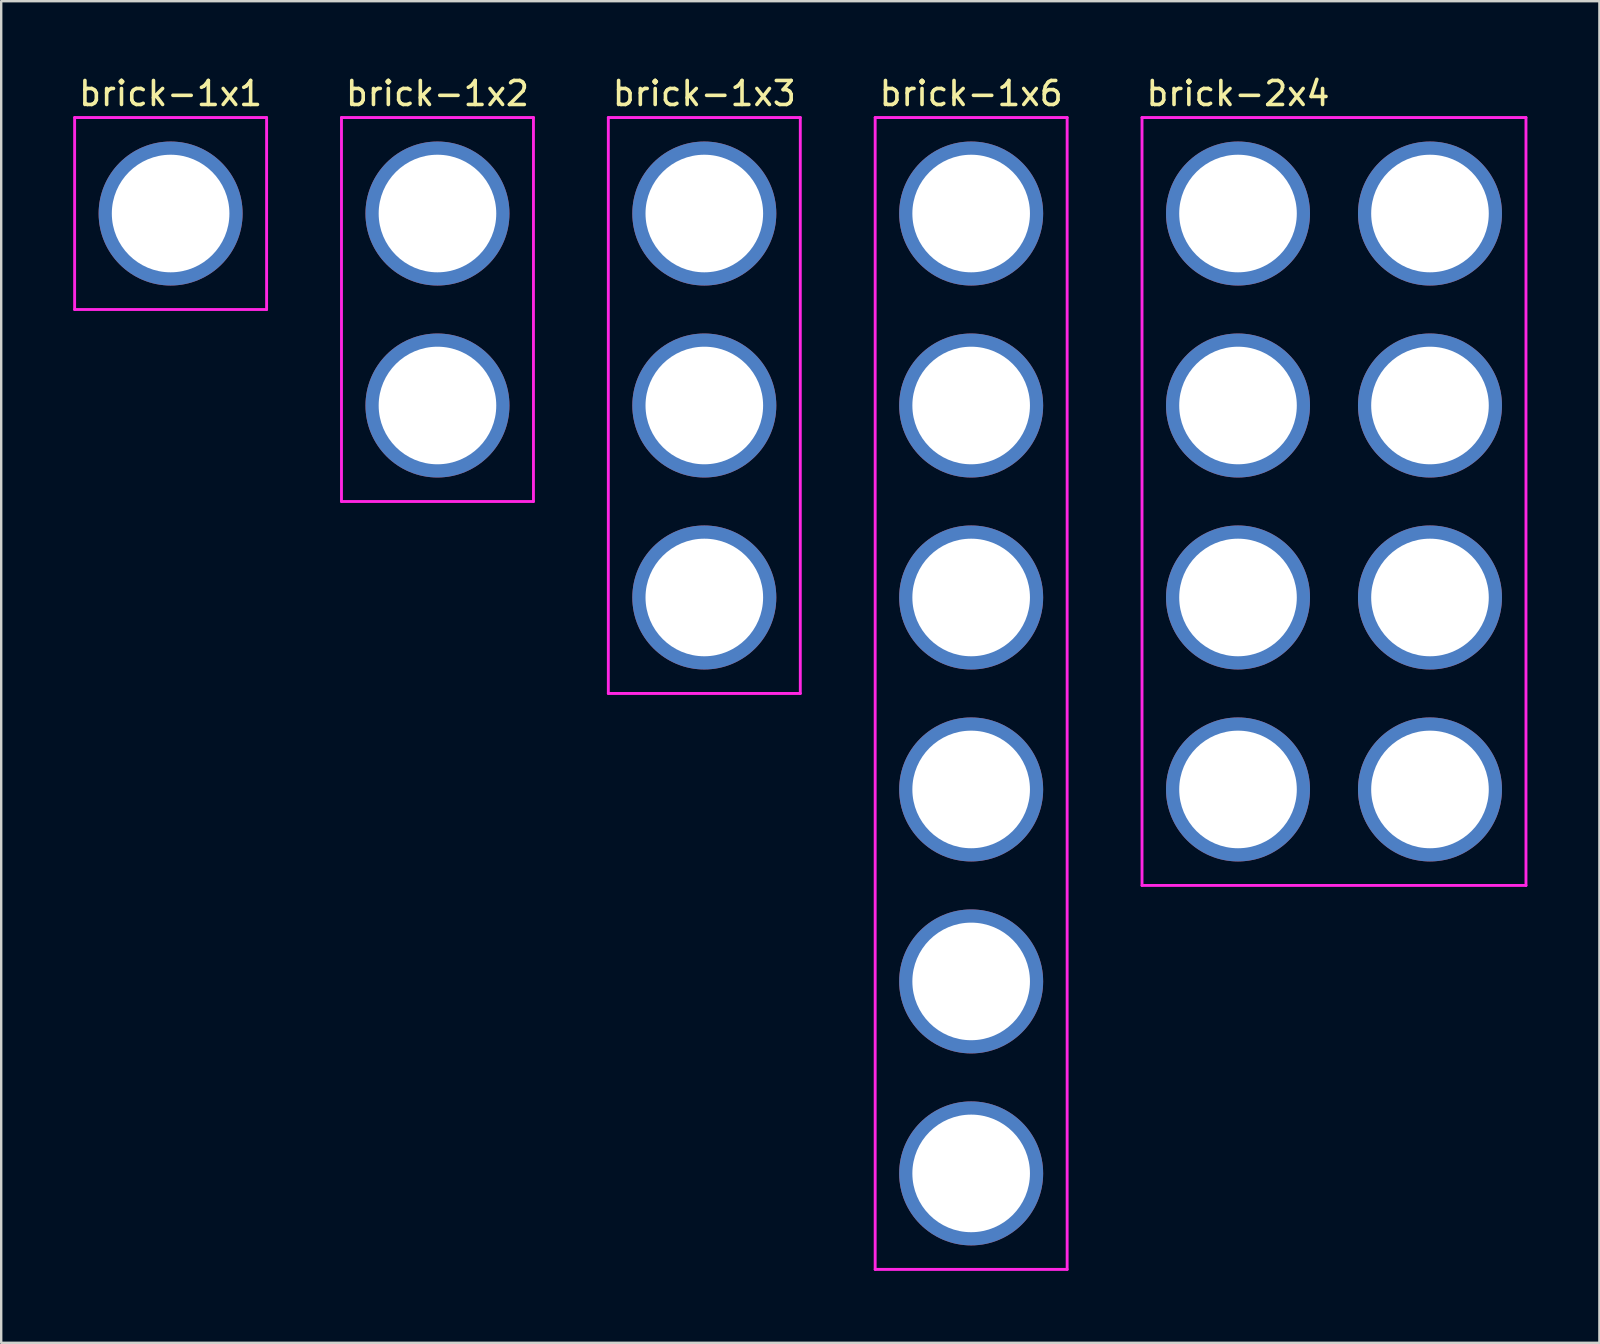
<source format=kicad_pcb>
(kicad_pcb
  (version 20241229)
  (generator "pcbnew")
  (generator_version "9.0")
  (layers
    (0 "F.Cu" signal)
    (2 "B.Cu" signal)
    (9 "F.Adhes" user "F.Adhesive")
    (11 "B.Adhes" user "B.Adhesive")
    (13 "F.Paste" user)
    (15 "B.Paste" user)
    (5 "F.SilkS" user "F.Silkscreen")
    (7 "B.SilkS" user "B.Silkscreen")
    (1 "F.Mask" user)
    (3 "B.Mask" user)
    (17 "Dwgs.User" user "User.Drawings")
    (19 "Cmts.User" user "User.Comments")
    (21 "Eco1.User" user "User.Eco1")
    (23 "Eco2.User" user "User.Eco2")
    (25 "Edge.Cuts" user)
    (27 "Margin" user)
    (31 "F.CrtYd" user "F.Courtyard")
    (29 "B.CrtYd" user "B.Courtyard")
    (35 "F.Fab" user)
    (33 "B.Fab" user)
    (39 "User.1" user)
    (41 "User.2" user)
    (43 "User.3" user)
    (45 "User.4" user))
  (footprint "brick-1x1"
    (layer "F.Cu")
    (at 4.06 5.848)
    (property "Reference" "brick-1x1" (at 0 -5 0) (layer "F.SilkS") (effects (font (size 1 1) (thickness 0.15))))
    (attr through_hole)
    (fp_line (start -4 -4) (end 4 -4) (stroke (width 0.12) (type solid)) (layer "F.CrtYd"))
    (fp_line (start -4 4) (end -4 -4) (stroke (width 0.12) (type solid)) (layer "F.CrtYd"))
    (fp_line (start 4 -4) (end 4 4) (stroke (width 0.12) (type solid)) (layer "F.CrtYd"))
    (fp_line (start 4 4) (end -4 4) (stroke (width 0.12) (type solid)) (layer "F.CrtYd"))
    (pad "1" thru_hole circle (at 0 0) (size 6 6) (drill 4.9) (layers "*.Cu" "*.Mask")))
  (footprint "brick-2x4"
    (layer "F.Cu")
    (at 48.54 5.848)
    (property "Reference" "brick-2x4" (at 0 -5 0) (layer "F.SilkS") (effects (font (size 1 1) (thickness 0.15))))
    (attr through_hole)
    (fp_line (start -4 -4) (end 12 -4) (stroke (width 0.12) (type solid)) (layer "F.CrtYd"))
    (fp_line (start -4 28) (end -4 -4) (stroke (width 0.12) (type solid)) (layer "F.CrtYd"))
    (fp_line (start 12 -4) (end 12 28) (stroke (width 0.12) (type solid)) (layer "F.CrtYd"))
    (fp_line (start 12 28) (end -4 28) (stroke (width 0.12) (type solid)) (layer "F.CrtYd"))
    (pad "1" thru_hole circle (at 0 0) (size 6 6) (drill 4.9) (layers "*.Cu" "*.Mask"))
    (pad "2" thru_hole circle (at 0 8) (size 6 6) (drill 4.9) (layers "*.Cu" "*.Mask"))
    (pad "3" thru_hole circle (at 0 16) (size 6 6) (drill 4.9) (layers "*.Cu" "*.Mask"))
    (pad "4" thru_hole circle (at 0 24) (size 6 6) (drill 4.9) (layers "*.Cu" "*.Mask"))
    (pad "5" thru_hole circle (at 8 0) (size 6 6) (drill 4.9) (layers "*.Cu" "*.Mask"))
    (pad "6" thru_hole circle (at 8 8) (size 6 6) (drill 4.9) (layers "*.Cu" "*.Mask"))
    (pad "7" thru_hole circle (at 8 16) (size 6 6) (drill 4.9) (layers "*.Cu" "*.Mask"))
    (pad "8" thru_hole circle (at 8 24) (size 6 6) (drill 4.9) (layers "*.Cu" "*.Mask")))
  (footprint "brick-1x2"
    (layer "F.Cu")
    (at 15.18 5.848)
    (property "Reference" "brick-1x2" (at 0 -5 0) (layer "F.SilkS") (effects (font (size 1 1) (thickness 0.15))))
    (attr through_hole)
    (fp_line (start -4 -4) (end 4 -4) (stroke (width 0.12) (type solid)) (layer "F.CrtYd"))
    (fp_line (start -4 12) (end -4 -4) (stroke (width 0.12) (type solid)) (layer "F.CrtYd"))
    (fp_line (start 4 -4) (end 4 12) (stroke (width 0.12) (type solid)) (layer "F.CrtYd"))
    (fp_line (start 4 12) (end -4 12) (stroke (width 0.12) (type solid)) (layer "F.CrtYd"))
    (pad "1" thru_hole circle (at 0 0) (size 6 6) (drill 4.9) (layers "*.Cu" "*.Mask"))
    (pad "2" thru_hole circle (at 0 8) (size 6 6) (drill 4.9) (layers "*.Cu" "*.Mask")))
  (footprint "brick-1x3"
    (layer "F.Cu")
    (at 26.3 5.848)
    (property "Reference" "brick-1x3" (at 0 -5 0) (layer "F.SilkS") (effects (font (size 1 1) (thickness 0.15))))
    (attr through_hole)
    (fp_line (start -4 -4) (end 4 -4) (stroke (width 0.12) (type solid)) (layer "F.CrtYd"))
    (fp_line (start -4 20) (end -4 -4) (stroke (width 0.12) (type solid)) (layer "F.CrtYd"))
    (fp_line (start 4 -4) (end 4 20) (stroke (width 0.12) (type solid)) (layer "F.CrtYd"))
    (fp_line (start 4 20) (end -4 20) (stroke (width 0.12) (type solid)) (layer "F.CrtYd"))
    (pad "1" thru_hole circle (at 0 0) (size 6 6) (drill 4.9) (layers "*.Cu" "*.Mask"))
    (pad "2" thru_hole circle (at 0 8) (size 6 6) (drill 4.9) (layers "*.Cu" "*.Mask"))
    (pad "3" thru_hole circle (at 0 16) (size 6 6) (drill 4.9) (layers "*.Cu" "*.Mask")))
  (footprint "brick-1x6"
    (layer "F.Cu")
    (at 37.42 5.848)
    (property "Reference" "brick-1x6" (at 0 -5 0) (layer "F.SilkS") (effects (font (size 1 1) (thickness 0.15))))
    (attr through_hole)
    (fp_line (start -4 -4) (end 4 -4) (stroke (width 0.12) (type solid)) (layer "F.CrtYd"))
    (fp_line (start -4 44) (end -4 -4) (stroke (width 0.12) (type solid)) (layer "F.CrtYd"))
    (fp_line (start 4 -4) (end 4 44) (stroke (width 0.12) (type solid)) (layer "F.CrtYd"))
    (fp_line (start 4 44) (end -4 44) (stroke (width 0.12) (type solid)) (layer "F.CrtYd"))
    (pad "1" thru_hole circle (at 0 0) (size 6 6) (drill 4.9) (layers "*.Cu" "*.Mask"))
    (pad "2" thru_hole circle (at 0 8) (size 6 6) (drill 4.9) (layers "*.Cu" "*.Mask"))
    (pad "3" thru_hole circle (at 0 16) (size 6 6) (drill 4.9) (layers "*.Cu" "*.Mask"))
    (pad "4" thru_hole circle (at 0 24) (size 6 6) (drill 4.9) (layers "*.Cu" "*.Mask"))
    (pad "5" thru_hole circle (at 0 32) (size 6 6) (drill 4.9) (layers "*.Cu" "*.Mask"))
    (pad "6" thru_hole circle (at 0 40) (size 6 6) (drill 4.9) (layers "*.Cu" "*.Mask")))
  (gr_rect
    (start -3 -3)
    (end 63.6 52.908)
    (stroke (width 0.1) (type default))
    (fill no)
    (layer "Edge.Cuts")))
</source>
